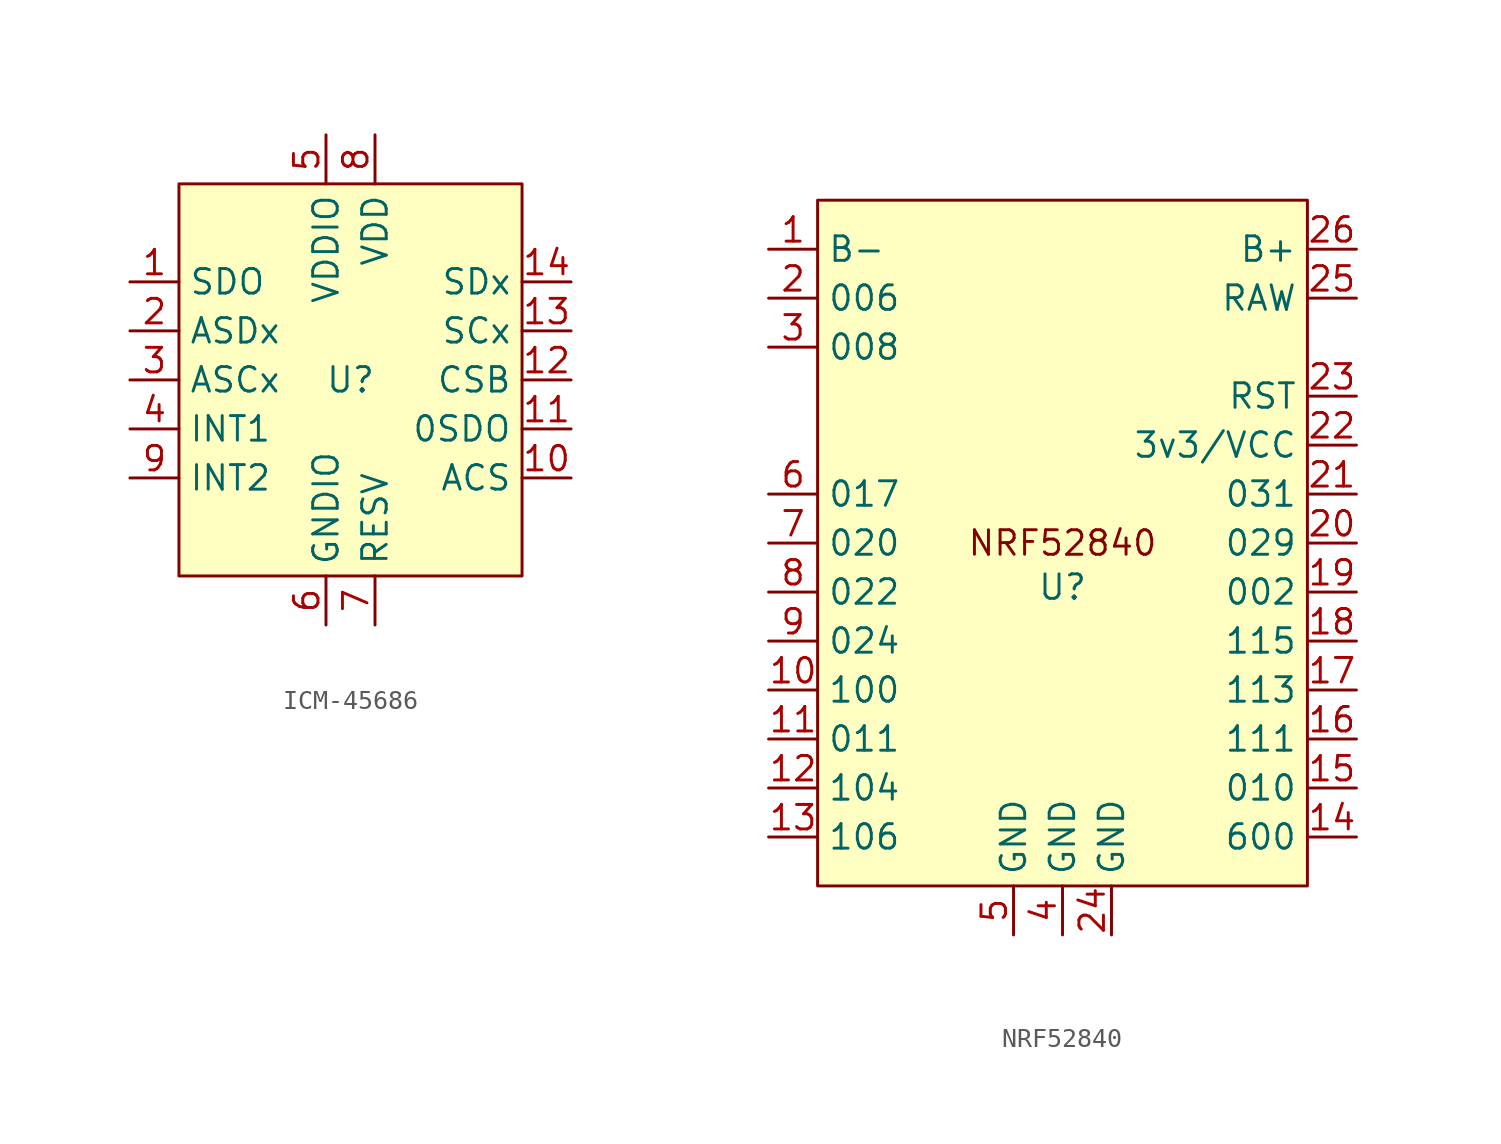
<source format=kicad_sym>
(kicad_symbol_lib
  (version 20241209)
  (generator "kicad_symbol_editor")
  (generator_version "9.0")
  (symbol "ICM-45686"
    (property "Reference" "U"
      (at 0 0 0)
      (effects (font (size 1.27 1.27))))
    (property "Value" ""
      (at 0 0 0)
      (effects (font (size 1.27 1.27))))
    (symbol "ICM-45686_1_1"
      (rectangle (start -8.89 10.16) (end 8.89 -10.16) (stroke (width 0) (type default)) (fill (type background)))
      (pin input line (at -11.43 5.08 0) (length 2.54) (name "SDO" (effects (font (size 1.27 1.27)))) (number "1" (effects (font (size 1.27 1.27)))))
      (pin bidirectional line (at -11.43 2.54 0) (length 2.54) (name "ASDx" (effects (font (size 1.27 1.27)))) (number "2" (effects (font (size 1.27 1.27)))))
      (pin input line (at -11.43 0 0) (length 2.54) (name "ASCx" (effects (font (size 1.27 1.27)))) (number "3" (effects (font (size 1.27 1.27)))))
      (pin output line (at -11.43 -2.54 0) (length 2.54) (name "INT1" (effects (font (size 1.27 1.27)))) (number "4" (effects (font (size 1.27 1.27)))))
      (pin bidirectional line (at -11.43 -5.08 0) (length 2.54) (name "INT2" (effects (font (size 1.27 1.27)))) (number "9" (effects (font (size 1.27 1.27)))))
      (pin power_in line (at -1.27 12.7 270) (length 2.54) (name "VDDIO" (effects (font (size 1.27 1.27)))) (number "5" (effects (font (size 1.27 1.27)))))
      (pin power_out line (at -1.27 -12.7 90) (length 2.54) (name "GNDIO" (effects (font (size 1.27 1.27)))) (number "6" (effects (font (size 1.27 1.27)))))
      (pin power_in line (at 1.27 12.7 270) (length 2.54) (name "VDD" (effects (font (size 1.27 1.27)))) (number "8" (effects (font (size 1.27 1.27)))))
      (pin input line (at 1.27 -12.7 90) (length 2.54) (name "RESV" (effects (font (size 1.27 1.27)))) (number "7" (effects (font (size 1.27 1.27)))))
      (pin bidirectional line (at 11.43 5.08 180) (length 2.54) (name "SDx" (effects (font (size 1.27 1.27)))) (number "14" (effects (font (size 1.27 1.27)))))
      (pin bidirectional line (at 11.43 2.54 180) (length 2.54) (name "SCx" (effects (font (size 1.27 1.27)))) (number "13" (effects (font (size 1.27 1.27)))))
      (pin bidirectional line (at 11.43 0 180) (length 2.54) (name "CSB" (effects (font (size 1.27 1.27)))) (number "12" (effects (font (size 1.27 1.27)))))
      (pin output line (at 11.43 -2.54 180) (length 2.54) (name "0SDO" (effects (font (size 1.27 1.27)))) (number "11" (effects (font (size 1.27 1.27)))))
      (pin input line (at 11.43 -5.08 180) (length 2.54) (name "ACS" (effects (font (size 1.27 1.27)))) (number "10" (effects (font (size 1.27 1.27)))))))
  (symbol "NRF52840"
    (property "Reference" "U"
      (at 0 -2.286 0)
      (effects (font (size 1.27 1.27))))
    (property "Value" ""
      (at 0 19.812 0)
      (effects (font (size 1.27 1.27))))
    (symbol "NRF52840_1_1"
      (rectangle (start -12.7 17.78) (end 12.7 -17.78) (stroke (width 0) (type solid)) (fill (type background)))
      (text "NRF52840" (at 0 0 0) (effects (font (size 1.27 1.27))))
      (pin input line (at -15.24 15.24 0) (length 2.54) (name "B-" (effects (font (size 1.27 1.27)))) (number "1" (effects (font (size 1.27 1.27)))))
      (pin tri_state line (at -15.24 12.7 0) (length 2.54) (name "006" (effects (font (size 1.27 1.27)))) (number "2" (effects (font (size 1.27 1.27)))))
      (pin tri_state line (at -15.24 10.16 0) (length 2.54) (name "008" (effects (font (size 1.27 1.27)))) (number "3" (effects (font (size 1.27 1.27)))))
      (pin tri_state line (at -15.24 2.54 0) (length 2.54) (name "017" (effects (font (size 1.27 1.27)))) (number "6" (effects (font (size 1.27 1.27)))))
      (pin tri_state line (at -15.24 0 0) (length 2.54) (name "020" (effects (font (size 1.27 1.27)))) (number "7" (effects (font (size 1.27 1.27)))))
      (pin tri_state line (at -15.24 -2.54 0) (length 2.54) (name "022" (effects (font (size 1.27 1.27)))) (number "8" (effects (font (size 1.27 1.27)))))
      (pin tri_state line (at -15.24 -5.08 0) (length 2.54) (name "024" (effects (font (size 1.27 1.27)))) (number "9" (effects (font (size 1.27 1.27)))))
      (pin tri_state line (at -15.24 -7.62 0) (length 2.54) (name "100" (effects (font (size 1.27 1.27)))) (number "10" (effects (font (size 1.27 1.27)))))
      (pin tri_state line (at -15.24 -10.16 0) (length 2.54) (name "011" (effects (font (size 1.27 1.27)))) (number "11" (effects (font (size 1.27 1.27)))))
      (pin tri_state line (at -15.24 -12.7 0) (length 2.54) (name "104" (effects (font (size 1.27 1.27)))) (number "12" (effects (font (size 1.27 1.27)))))
      (pin tri_state line (at -15.24 -15.24 0) (length 2.54) (name "106" (effects (font (size 1.27 1.27)))) (number "13" (effects (font (size 1.27 1.27)))))
      (pin power_in line (at -2.54 -20.32 90) (length 2.54) (name "GND" (effects (font (size 1.27 1.27)))) (number "5" (effects (font (size 1.27 1.27)))))
      (pin power_in line (at 0 -20.32 90) (length 2.54) (name "GND" (effects (font (size 1.27 1.27)))) (number "4" (effects (font (size 1.27 1.27)))))
      (pin power_in line (at 2.54 -20.32 90) (length 2.54) (name "GND" (effects (font (size 1.27 1.27)))) (number "24" (effects (font (size 1.27 1.27)))))
      (pin input line (at 15.24 15.24 180) (length 2.54) (name "B+" (effects (font (size 1.27 1.27)))) (number "26" (effects (font (size 1.27 1.27)))))
      (pin input line (at 15.24 12.7 180) (length 2.54) (name "RAW" (effects (font (size 1.27 1.27)))) (number "25" (effects (font (size 1.27 1.27)))))
      (pin input line (at 15.24 7.62 180) (length 2.54) (name "RST" (effects (font (size 1.27 1.27)))) (number "23" (effects (font (size 1.27 1.27)))))
      (pin power_out line (at 15.24 5.08 180) (length 2.54) (name "3v3/VCC" (effects (font (size 1.27 1.27)))) (number "22" (effects (font (size 1.27 1.27)))))
      (pin tri_state line (at 15.24 2.54 180) (length 2.54) (name "031" (effects (font (size 1.27 1.27)))) (number "21" (effects (font (size 1.27 1.27)))))
      (pin tri_state line (at 15.24 0 180) (length 2.54) (name "029" (effects (font (size 1.27 1.27)))) (number "20" (effects (font (size 1.27 1.27)))))
      (pin tri_state line (at 15.24 -2.54 180) (length 2.54) (name "002" (effects (font (size 1.27 1.27)))) (number "19" (effects (font (size 1.27 1.27)))))
      (pin tri_state line (at 15.24 -5.08 180) (length 2.54) (name "115" (effects (font (size 1.27 1.27)))) (number "18" (effects (font (size 1.27 1.27)))))
      (pin tri_state line (at 15.24 -7.62 180) (length 2.54) (name "113" (effects (font (size 1.27 1.27)))) (number "17" (effects (font (size 1.27 1.27)))))
      (pin tri_state line (at 15.24 -10.16 180) (length 2.54) (name "111" (effects (font (size 1.27 1.27)))) (number "16" (effects (font (size 1.27 1.27)))))
      (pin tri_state line (at 15.24 -12.7 180) (length 2.54) (name "010" (effects (font (size 1.27 1.27)))) (number "15" (effects (font (size 1.27 1.27)))))
      (pin tri_state line (at 15.24 -15.24 180) (length 2.54) (name "600" (effects (font (size 1.27 1.27)))) (number "14" (effects (font (size 1.27 1.27))))))))
</source>
